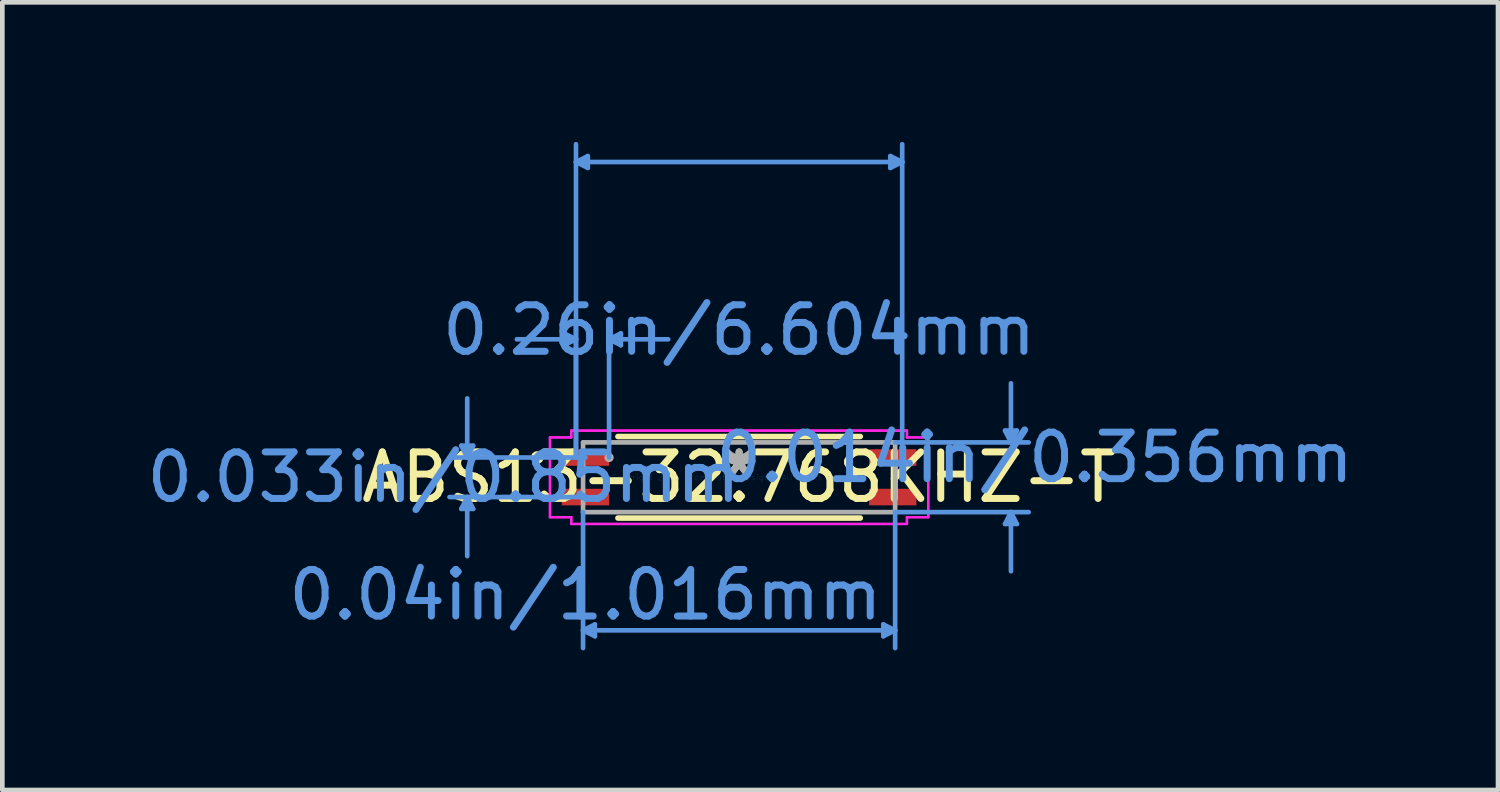
<source format=kicad_pcb>
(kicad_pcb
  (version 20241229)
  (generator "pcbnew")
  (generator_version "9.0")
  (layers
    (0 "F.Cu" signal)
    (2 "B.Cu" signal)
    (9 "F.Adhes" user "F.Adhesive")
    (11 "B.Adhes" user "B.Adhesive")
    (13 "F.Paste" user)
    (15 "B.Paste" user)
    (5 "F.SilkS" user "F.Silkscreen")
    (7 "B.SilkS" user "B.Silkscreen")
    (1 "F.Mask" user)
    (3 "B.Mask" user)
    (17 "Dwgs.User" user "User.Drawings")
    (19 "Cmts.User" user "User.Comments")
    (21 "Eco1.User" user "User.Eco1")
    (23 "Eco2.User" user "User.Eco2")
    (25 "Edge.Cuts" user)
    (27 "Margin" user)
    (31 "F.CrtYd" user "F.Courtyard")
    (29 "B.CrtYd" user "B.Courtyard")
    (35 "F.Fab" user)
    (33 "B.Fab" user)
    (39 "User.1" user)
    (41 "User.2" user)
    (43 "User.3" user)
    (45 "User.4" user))
  (footprint "ABS13-32.768KHZ-T"
    (layer "F.Cu")
    (at 12.832 7.206)
    (property "Reference" "ABS13-32.768KHZ-T" (at 0 0 0) (layer "F.SilkS") (effects (font (size 1 1) (thickness 0.15))))
    (attr through_hole)
    (fp_line (start -2.604 0.876) (end 2.604 0.876) (stroke (width 0.12) (type solid)) (layer "F.SilkS"))
    (fp_line (start 2.604 -0.876) (end -2.604 -0.876) (stroke (width 0.12) (type solid)) (layer "F.SilkS"))
    (fp_circle (center -4.337 -0.425) (end -4.26 -0.425) (stroke (width 0.12) (type solid)) (fill no) (layer "F.SilkS"))
    (fp_line (start -5.969 -0.679) (end -5.715 -0.679) (stroke (width 0.1) (type solid)) (layer "Cmts.User"))
    (fp_line (start -5.969 0.679) (end -5.715 0.679) (stroke (width 0.1) (type solid)) (layer "Cmts.User"))
    (fp_line (start -5.842 -0.425) (end -5.969 -0.679) (stroke (width 0.1) (type solid)) (layer "Cmts.User"))
    (fp_line (start -5.842 -0.425) (end -5.842 -1.695) (stroke (width 0.1) (type solid)) (layer "Cmts.User"))
    (fp_line (start -5.842 -0.425) (end -5.715 -0.679) (stroke (width 0.1) (type solid)) (layer "Cmts.User"))
    (fp_line (start -5.842 0.425) (end -5.969 0.679) (stroke (width 0.1) (type solid)) (layer "Cmts.User"))
    (fp_line (start -5.842 0.425) (end -5.842 1.695) (stroke (width 0.1) (type solid)) (layer "Cmts.User"))
    (fp_line (start -5.842 0.425) (end -5.715 0.679) (stroke (width 0.1) (type solid)) (layer "Cmts.User"))
    (fp_line (start -3.759 -3.092) (end -3.759 -2.838) (stroke (width 0.1) (type solid)) (layer "Cmts.User"))
    (fp_line (start -3.505 -6.775) (end -3.251 -6.902) (stroke (width 0.1) (type solid)) (layer "Cmts.User"))
    (fp_line (start -3.505 -6.775) (end -3.251 -6.648) (stroke (width 0.1) (type solid)) (layer "Cmts.User"))
    (fp_line (start -3.505 -6.775) (end 3.505 -6.775) (stroke (width 0.1) (type solid)) (layer "Cmts.User"))
    (fp_line (start -3.505 -2.965) (end -4.775 -2.965) (stroke (width 0.1) (type solid)) (layer "Cmts.User"))
    (fp_line (start -3.505 -2.965) (end -3.759 -3.092) (stroke (width 0.1) (type solid)) (layer "Cmts.User"))
    (fp_line (start -3.505 -2.965) (end -3.759 -2.838) (stroke (width 0.1) (type solid)) (layer "Cmts.User"))
    (fp_line (start -3.505 -0.425) (end -3.505 -7.156) (stroke (width 0.1) (type solid)) (layer "Cmts.User"))
    (fp_line (start -3.505 -0.425) (end -3.505 -3.346) (stroke (width 0.1) (type solid)) (layer "Cmts.User"))
    (fp_line (start -3.353 0.749) (end -3.353 3.67) (stroke (width 0.1) (type solid)) (layer "Cmts.User"))
    (fp_line (start -3.353 3.289) (end -3.099 3.162) (stroke (width 0.1) (type solid)) (layer "Cmts.User"))
    (fp_line (start -3.353 3.289) (end -3.099 3.416) (stroke (width 0.1) (type solid)) (layer "Cmts.User"))
    (fp_line (start -3.353 3.289) (end 3.353 3.289) (stroke (width 0.1) (type solid)) (layer "Cmts.User"))
    (fp_line (start -3.302 -0.425) (end -6.223 -0.425) (stroke (width 0.1) (type solid)) (layer "Cmts.User"))
    (fp_line (start -3.302 0.425) (end -6.223 0.425) (stroke (width 0.1) (type solid)) (layer "Cmts.User"))
    (fp_line (start -3.251 -6.902) (end -3.251 -6.648) (stroke (width 0.1) (type solid)) (layer "Cmts.User"))
    (fp_line (start -3.099 3.162) (end -3.099 3.416) (stroke (width 0.1) (type solid)) (layer "Cmts.User"))
    (fp_line (start -2.794 -2.965) (end -2.54 -3.092) (stroke (width 0.1) (type solid)) (layer "Cmts.User"))
    (fp_line (start -2.794 -2.965) (end -2.54 -2.838) (stroke (width 0.1) (type solid)) (layer "Cmts.User"))
    (fp_line (start -2.794 -2.965) (end -1.524 -2.965) (stroke (width 0.1) (type solid)) (layer "Cmts.User"))
    (fp_line (start -2.794 -0.425) (end -2.794 -3.346) (stroke (width 0.1) (type solid)) (layer "Cmts.User"))
    (fp_line (start -2.54 -3.092) (end -2.54 -2.838) (stroke (width 0.1) (type solid)) (layer "Cmts.User"))
    (fp_line (start 3.099 3.162) (end 3.099 3.416) (stroke (width 0.1) (type solid)) (layer "Cmts.User"))
    (fp_line (start 3.251 -6.902) (end 3.251 -6.648) (stroke (width 0.1) (type solid)) (layer "Cmts.User"))
    (fp_line (start 3.353 -0.749) (end 6.223 -0.749) (stroke (width 0.1) (type solid)) (layer "Cmts.User"))
    (fp_line (start 3.353 0.749) (end 3.353 3.67) (stroke (width 0.1) (type solid)) (layer "Cmts.User"))
    (fp_line (start 3.353 0.749) (end 6.223 0.749) (stroke (width 0.1) (type solid)) (layer "Cmts.User"))
    (fp_line (start 3.353 3.289) (end 3.099 3.162) (stroke (width 0.1) (type solid)) (layer "Cmts.User"))
    (fp_line (start 3.353 3.289) (end 3.099 3.416) (stroke (width 0.1) (type solid)) (layer "Cmts.User"))
    (fp_line (start 3.505 -6.775) (end 3.251 -6.902) (stroke (width 0.1) (type solid)) (layer "Cmts.User"))
    (fp_line (start 3.505 -6.775) (end 3.251 -6.648) (stroke (width 0.1) (type solid)) (layer "Cmts.User"))
    (fp_line (start 3.505 -0.425) (end 3.505 -7.156) (stroke (width 0.1) (type solid)) (layer "Cmts.User"))
    (fp_line (start 5.715 -1.003) (end 5.969 -1.003) (stroke (width 0.1) (type solid)) (layer "Cmts.User"))
    (fp_line (start 5.715 1.003) (end 5.969 1.003) (stroke (width 0.1) (type solid)) (layer "Cmts.User"))
    (fp_line (start 5.842 -0.749) (end 5.715 -1.003) (stroke (width 0.1) (type solid)) (layer "Cmts.User"))
    (fp_line (start 5.842 -0.749) (end 5.842 -2.019) (stroke (width 0.1) (type solid)) (layer "Cmts.User"))
    (fp_line (start 5.842 -0.749) (end 5.969 -1.003) (stroke (width 0.1) (type solid)) (layer "Cmts.User"))
    (fp_line (start 5.842 0.749) (end 5.715 1.003) (stroke (width 0.1) (type solid)) (layer "Cmts.User"))
    (fp_line (start 5.842 0.749) (end 5.842 2.019) (stroke (width 0.1) (type solid)) (layer "Cmts.User"))
    (fp_line (start 5.842 0.749) (end 5.969 1.003) (stroke (width 0.1) (type solid)) (layer "Cmts.User"))
    (fp_line (start -4.064 -0.857) (end -3.607 -0.857) (stroke (width 0.05) (type solid)) (layer "F.CrtYd"))
    (fp_line (start -4.064 -0.857) (end -3.607 -0.857) (stroke (width 0.05) (type solid)) (layer "F.CrtYd"))
    (fp_line (start -4.064 0.857) (end -4.064 -0.857) (stroke (width 0.05) (type solid)) (layer "F.CrtYd"))
    (fp_line (start -4.064 0.857) (end -4.064 -0.857) (stroke (width 0.05) (type solid)) (layer "F.CrtYd"))
    (fp_line (start -4.064 0.857) (end -3.607 0.857) (stroke (width 0.05) (type solid)) (layer "F.CrtYd"))
    (fp_line (start -3.607 -1.003) (end 3.607 -1.003) (stroke (width 0.05) (type solid)) (layer "F.CrtYd"))
    (fp_line (start -3.607 -1.003) (end 3.607 -1.003) (stroke (width 0.05) (type solid)) (layer "F.CrtYd"))
    (fp_line (start -3.607 -0.857) (end -3.607 -1.003) (stroke (width 0.05) (type solid)) (layer "F.CrtYd"))
    (fp_line (start -3.607 -0.857) (end -3.607 -1.003) (stroke (width 0.05) (type solid)) (layer "F.CrtYd"))
    (fp_line (start -3.607 0.857) (end -4.064 0.857) (stroke (width 0.05) (type solid)) (layer "F.CrtYd"))
    (fp_line (start -3.607 1.003) (end -3.607 0.857) (stroke (width 0.05) (type solid)) (layer "F.CrtYd"))
    (fp_line (start -3.607 1.003) (end -3.607 0.857) (stroke (width 0.05) (type solid)) (layer "F.CrtYd"))
    (fp_line (start 3.607 -1.003) (end 3.607 -0.857) (stroke (width 0.05) (type solid)) (layer "F.CrtYd"))
    (fp_line (start 3.607 -1.003) (end 3.607 -0.857) (stroke (width 0.05) (type solid)) (layer "F.CrtYd"))
    (fp_line (start 3.607 -0.857) (end 4.064 -0.857) (stroke (width 0.05) (type solid)) (layer "F.CrtYd"))
    (fp_line (start 3.607 0.857) (end 3.607 1.003) (stroke (width 0.05) (type solid)) (layer "F.CrtYd"))
    (fp_line (start 3.607 0.857) (end 3.607 1.003) (stroke (width 0.05) (type solid)) (layer "F.CrtYd"))
    (fp_line (start 3.607 1.003) (end -3.607 1.003) (stroke (width 0.05) (type solid)) (layer "F.CrtYd"))
    (fp_line (start 3.607 1.003) (end -3.607 1.003) (stroke (width 0.05) (type solid)) (layer "F.CrtYd"))
    (fp_line (start 4.064 -0.857) (end 3.607 -0.857) (stroke (width 0.05) (type solid)) (layer "F.CrtYd"))
    (fp_line (start 4.064 -0.857) (end 4.064 0.857) (stroke (width 0.05) (type solid)) (layer "F.CrtYd"))
    (fp_line (start 4.064 -0.857) (end 4.064 0.857) (stroke (width 0.05) (type solid)) (layer "F.CrtYd"))
    (fp_line (start 4.064 0.857) (end 3.607 0.857) (stroke (width 0.05) (type solid)) (layer "F.CrtYd"))
    (fp_line (start 4.064 0.857) (end 3.607 0.857) (stroke (width 0.05) (type solid)) (layer "F.CrtYd"))
    (fp_line (start -3.353 -0.749) (end -3.353 0.749) (stroke (width 0.1) (type solid)) (layer "F.Fab"))
    (fp_line (start -3.353 0.749) (end 3.353 0.749) (stroke (width 0.1) (type solid)) (layer "F.Fab"))
    (fp_line (start 3.353 -0.749) (end -3.353 -0.749) (stroke (width 0.1) (type solid)) (layer "F.Fab"))
    (fp_line (start 3.353 0.749) (end 3.353 -0.749) (stroke (width 0.1) (type solid)) (layer "F.Fab"))
    (fp_arc (start 0.3048 -0.7493) (mid 0 -0.4445) (end -0.3048 -0.7493) (stroke (width 0.1) (type solid)) (layer "F.Fab"))
    (fp_circle (center -2.794 -0.425) (end -2.794 -0.425) (stroke (width 0.1) (type solid)) (fill no) (layer "F.Fab"))
    (fp_text user "*" (at 0 0 0) (layer "F.SilkS") (effects (font (size 1 1) (thickness 0.15))))
    (fp_text user "0.014in/0.356mm" (at 6.35 -0.425 0) (layer "Cmts.User") (effects (font (size 1 1) (thickness 0.15))))
    (fp_text user "0.033in/0.85mm" (at -6.35 0 0) (layer "Cmts.User") (effects (font (size 1 1) (thickness 0.15))))
    (fp_text user "0.04in/1.016mm" (at -3.302 2.527 0) (layer "Cmts.User") (effects (font (size 1 1) (thickness 0.15))))
    (fp_text user "0.26in/6.604mm" (at 0 -3.162 0) (layer "Cmts.User") (effects (font (size 1 1) (thickness 0.15))))
    (fp_text user "Copyright 2021 Accelerated Designs. All rights reserved." (at 0 0 0) (layer "Cmts.User") (effects (font (size 0.127 0.127) (thickness 0.002))))
    (fp_text user "*" (at 0 0 0) (layer "F.Fab") (effects (font (size 1 1) (thickness 0.15))))
    (pad "1" smd rect (at -3.302 -0.425) (size 1.016 0.356) (layers "F.Cu" "F.Mask" "F.Paste"))
    (pad "2" smd rect (at 3.302 -0.425) (size 1.016 0.356) (layers "F.Cu" "F.Mask" "F.Paste"))
    (pad "3" smd rect (at 3.302 0.425) (size 1.016 0.356) (layers "F.Cu" "F.Mask" "F.Paste"))
    (pad "4" smd rect (at -3.302 0.425) (size 1.016 0.356) (layers "F.Cu" "F.Mask" "F.Paste")))
  (gr_rect
    (start -3 -3)
    (end 29.14 13.926)
    (stroke (width 0.1) (type default))
    (fill no)
    (layer "Edge.Cuts")))
</source>
